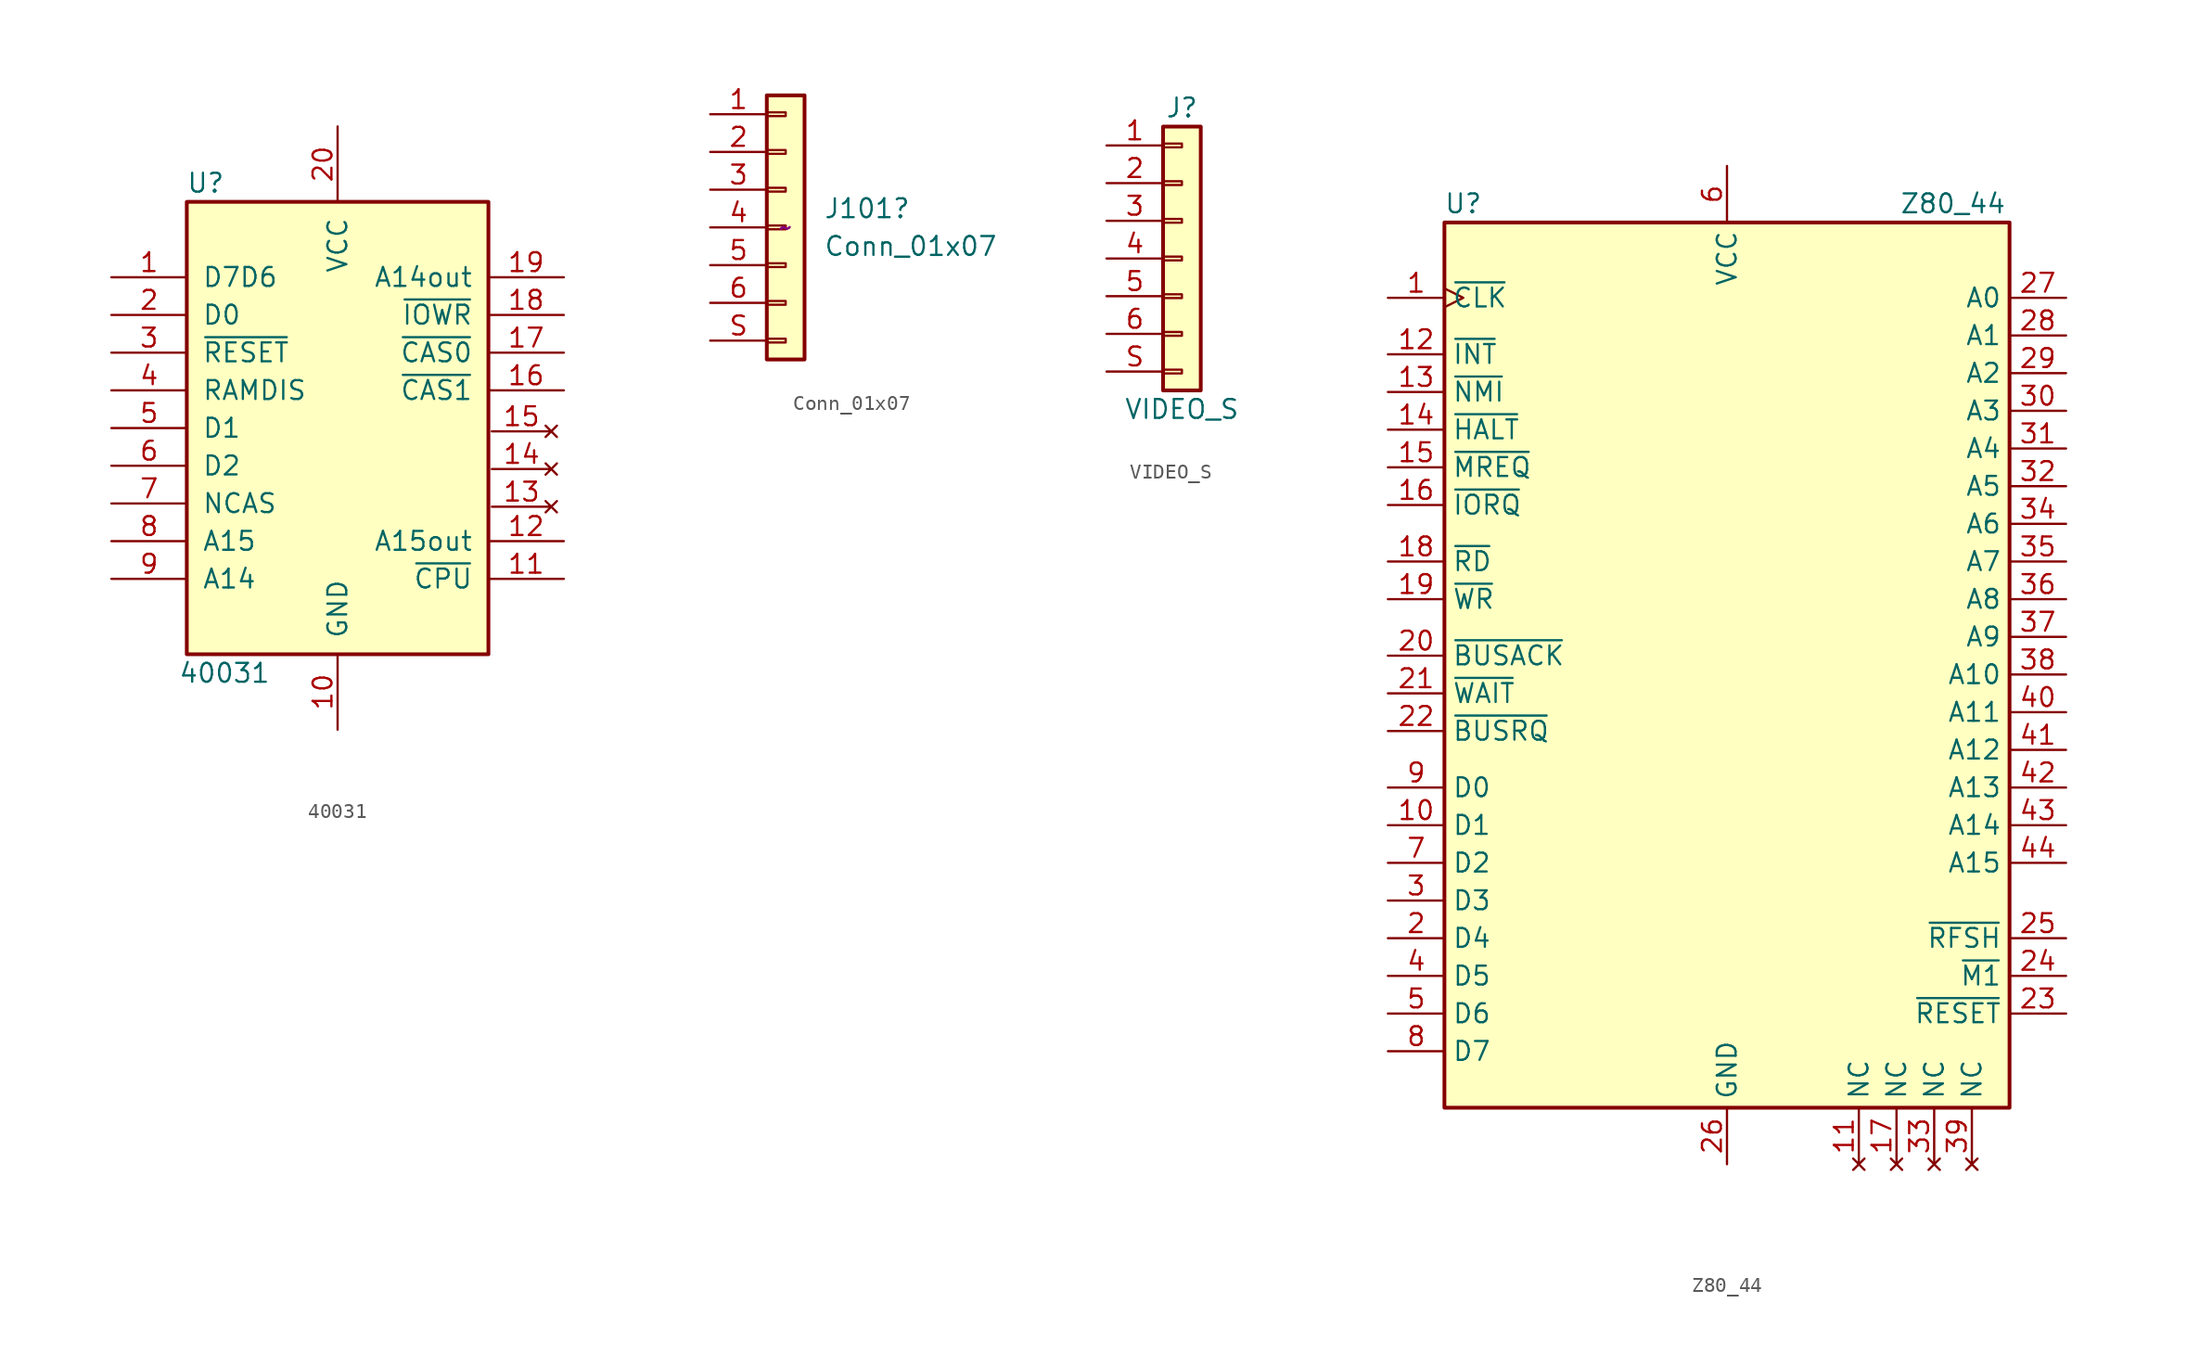
<source format=kicad_sym>
(kicad_symbol_lib
  (version 20211014)
  (generator kicad_symbol_editor)
  (symbol "40031"
    (pin_names
      (offset 1.016))
    (property "Reference" "U"
      (at -8.89 16.51 0)
      (effects (font (size 1.27 1.27))))
    (property "Value" "40031"
      (at -7.62 -16.51 0)
      (effects (font (size 1.27 1.27))))
    (symbol "40031_1_0"
      (pin passive line (at -15.24 10.16 0) (length 5.08) (name "D7D6" (effects (font (size 1.27 1.27)))) (number "1" (effects (font (size 1.27 1.27)))))
      (pin power_in line (at 0 -20.32 90) (length 5.08) (name "GND" (effects (font (size 1.27 1.27)))) (number "10" (effects (font (size 1.27 1.27)))))
      (pin passive line (at 15.24 -10.16 180) (length 5.08) (name "~{CPU}" (effects (font (size 1.27 1.27)))) (number "11" (effects (font (size 1.27 1.27)))))
      (pin passive line (at 15.24 -7.62 180) (length 5.08) (name "A15out" (effects (font (size 1.27 1.27)))) (number "12" (effects (font (size 1.27 1.27)))))
      (pin passive line (at 15.24 7.62 180) (length 5.08) (name "~{IOWR}" (effects (font (size 1.27 1.27)))) (number "18" (effects (font (size 1.27 1.27)))))
      (pin passive line (at 15.24 10.16 180) (length 5.08) (name "A14out" (effects (font (size 1.27 1.27)))) (number "19" (effects (font (size 1.27 1.27)))))
      (pin passive line (at -15.24 7.62 0) (length 5.08) (name "D0" (effects (font (size 1.27 1.27)))) (number "2" (effects (font (size 1.27 1.27)))))
      (pin power_in line (at 0 20.32 270) (length 5.08) (name "VCC" (effects (font (size 1.27 1.27)))) (number "20" (effects (font (size 1.27 1.27)))))
      (pin passive line (at -15.24 -5.08 0) (length 5.08) (name "NCAS" (effects (font (size 1.27 1.27)))) (number "7" (effects (font (size 1.27 1.27)))))
      (pin passive line (at -15.24 -7.62 0) (length 5.08) (name "A15" (effects (font (size 1.27 1.27)))) (number "8" (effects (font (size 1.27 1.27)))))
      (pin passive line (at -15.24 -10.16 0) (length 5.08) (name "A14" (effects (font (size 1.27 1.27)))) (number "9" (effects (font (size 1.27 1.27))))))
    (symbol "40031_1_1"
      (rectangle (start -10.16 15.24) (end 10.16 -15.24) (stroke (width 0.254) (type default) (color 0 0 0 0)) (fill (type background)))
      (pin no_connect line (at 14.393 -5.3 180) (length 4) (name "" (effects (font (size 1.27 1.27)))) (number "13" (effects (font (size 1.27 1.27)))))
      (pin no_connect line (at 14.393 -2.76 180) (length 4) (name "" (effects (font (size 1.27 1.27)))) (number "14" (effects (font (size 1.27 1.27)))))
      (pin no_connect line (at 14.393 -0.22 180) (length 4) (name "" (effects (font (size 1.27 1.27)))) (number "15" (effects (font (size 1.27 1.27)))))
      (pin passive line (at 15.24 2.54 180) (length 5.08) (name "~{CAS1}" (effects (font (size 1.27 1.27)))) (number "16" (effects (font (size 1.27 1.27)))))
      (pin passive line (at 15.24 5.08 180) (length 5.08) (name "~{CAS0}" (effects (font (size 1.27 1.27)))) (number "17" (effects (font (size 1.27 1.27)))))
      (pin passive line (at -15.24 5.08 0) (length 5.08) (name "~{RESET}" (effects (font (size 1.27 1.27)))) (number "3" (effects (font (size 1.27 1.27)))))
      (pin passive line (at -15.24 2.54 0) (length 5.08) (name "RAMDIS" (effects (font (size 1.27 1.27)))) (number "4" (effects (font (size 1.27 1.27)))))
      (pin passive line (at -15.24 0 0) (length 5.08) (name "D1" (effects (font (size 1.27 1.27)))) (number "5" (effects (font (size 1.27 1.27)))))
      (pin passive line (at -15.24 -2.54 0) (length 5.08) (name "D2" (effects (font (size 1.27 1.27)))) (number "6" (effects (font (size 1.27 1.27)))))))
  (symbol "Conn_01x07"
    (pin_names
      (offset 1.016) hide)
    (property "Reference" "J101"
      (at 2.54 1.27 0)
      (effects (font (size 1.27 1.27)) (justify left)))
    (property "Value" "Conn_01x07"
      (at 2.54 -1.27 0)
      (effects (font (size 1.27 1.27)) (justify left)))
    (property "Datasheet" "~"
      (at 0 0 0)
      (effects (font (size 1.27 1.27))))
    (symbol "Conn_01x07_1_1"
      (rectangle (start -1.27 -7.493) (end 0 -7.747) (stroke (width 0.152) (type default) (color 0 0 0 0)) (fill (type none)))
      (rectangle (start -1.27 -4.953) (end 0 -5.207) (stroke (width 0.152) (type default) (color 0 0 0 0)) (fill (type none)))
      (rectangle (start -1.27 -2.413) (end 0 -2.667) (stroke (width 0.152) (type default) (color 0 0 0 0)) (fill (type none)))
      (rectangle (start -1.27 0.127) (end 0 -0.127) (stroke (width 0.152) (type default) (color 0 0 0 0)) (fill (type none)))
      (rectangle (start -1.27 2.667) (end 0 2.413) (stroke (width 0.152) (type default) (color 0 0 0 0)) (fill (type none)))
      (rectangle (start -1.27 5.207) (end 0 4.953) (stroke (width 0.152) (type default) (color 0 0 0 0)) (fill (type none)))
      (rectangle (start -1.27 7.747) (end 0 7.493) (stroke (width 0.152) (type default) (color 0 0 0 0)) (fill (type none)))
      (rectangle (start -1.27 8.89) (end 1.27 -8.89) (stroke (width 0.254) (type default) (color 0 0 0 0)) (fill (type background)))
      (pin passive line (at -5.08 7.62 0) (length 3.81) (name "Pin_1" (effects (font (size 1.27 1.27)))) (number "1" (effects (font (size 1.27 1.27)))))
      (pin passive line (at -5.08 5.08 0) (length 3.81) (name "Pin_2" (effects (font (size 1.27 1.27)))) (number "2" (effects (font (size 1.27 1.27)))))
      (pin passive line (at -5.08 2.54 0) (length 3.81) (name "Pin_3" (effects (font (size 1.27 1.27)))) (number "3" (effects (font (size 1.27 1.27)))))
      (pin passive line (at -5.08 0 0) (length 3.81) (name "Pin_4" (effects (font (size 1.27 1.27)))) (number "4" (effects (font (size 1.27 1.27)))))
      (pin passive line (at -5.08 -2.54 0) (length 3.81) (name "Pin_5" (effects (font (size 1.27 1.27)))) (number "5" (effects (font (size 1.27 1.27)))))
      (pin passive line (at -5.08 -5.08 0) (length 3.81) (name "Pin_6" (effects (font (size 1.27 1.27)))) (number "6" (effects (font (size 1.27 1.27)))))
      (pin passive line (at -5.08 -7.62 0) (length 3.81) (name "Pin_7" (effects (font (size 1.27 1.27)))) (number "S" (effects (font (size 1.27 1.27)))))))
  (symbol "VIDEO_S"
    (pin_names
      (offset 1.016) hide)
    (property "Reference" "J"
      (at 0 10.16 0)
      (effects (font (size 1.27 1.27))))
    (property "Value" "VIDEO_S"
      (at 0 -10.16 0)
      (effects (font (size 1.27 1.27))))
    (symbol "VIDEO_S_1_1"
      (rectangle (start -1.27 -7.493) (end 0 -7.747) (stroke (width 0.152) (type default) (color 0 0 0 0)) (fill (type none)))
      (rectangle (start -1.27 -4.953) (end 0 -5.207) (stroke (width 0.152) (type default) (color 0 0 0 0)) (fill (type none)))
      (rectangle (start -1.27 -2.413) (end 0 -2.667) (stroke (width 0.152) (type default) (color 0 0 0 0)) (fill (type none)))
      (rectangle (start -1.27 0.127) (end 0 -0.127) (stroke (width 0.152) (type default) (color 0 0 0 0)) (fill (type none)))
      (rectangle (start -1.27 2.667) (end 0 2.413) (stroke (width 0.152) (type default) (color 0 0 0 0)) (fill (type none)))
      (rectangle (start -1.27 5.207) (end 0 4.953) (stroke (width 0.152) (type default) (color 0 0 0 0)) (fill (type none)))
      (rectangle (start -1.27 7.747) (end 0 7.493) (stroke (width 0.152) (type default) (color 0 0 0 0)) (fill (type none)))
      (rectangle (start -1.27 8.89) (end 1.27 -8.89) (stroke (width 0.254) (type default) (color 0 0 0 0)) (fill (type background)))
      (pin passive line (at -5.08 7.62 0) (length 3.81) (name "Pin_1" (effects (font (size 1.27 1.27)))) (number "1" (effects (font (size 1.27 1.27)))))
      (pin passive line (at -5.08 5.08 0) (length 3.81) (name "Pin_2" (effects (font (size 1.27 1.27)))) (number "2" (effects (font (size 1.27 1.27)))))
      (pin passive line (at -5.08 2.54 0) (length 3.81) (name "Pin_3" (effects (font (size 1.27 1.27)))) (number "3" (effects (font (size 1.27 1.27)))))
      (pin passive line (at -5.08 0 0) (length 3.81) (name "Pin_4" (effects (font (size 1.27 1.27)))) (number "4" (effects (font (size 1.27 1.27)))))
      (pin passive line (at -5.08 -2.54 0) (length 3.81) (name "Pin_5" (effects (font (size 1.27 1.27)))) (number "5" (effects (font (size 1.27 1.27)))))
      (pin passive line (at -5.08 -5.08 0) (length 3.81) (name "Pin_6" (effects (font (size 1.27 1.27)))) (number "6" (effects (font (size 1.27 1.27)))))
      (pin passive line (at -5.08 -7.62 0) (length 3.81) (name "Shield" (effects (font (size 1.27 1.27)))) (number "S" (effects (font (size 1.27 1.27)))))))
  (symbol "Z80_44"
    (property "Reference" "U"
      (at -17.78 31.75 0)
      (effects (font (size 1.27 1.27))))
    (property "Value" "Z80_44"
      (at 15.24 31.75 0)
      (effects (font (size 1.27 1.27))))
    (symbol "Z80_44_0_1"
      (rectangle (start -19.05 30.48) (end 19.05 -29.21) (stroke (width 0.254) (type default) (color 0 0 0 0)) (fill (type background))))
    (symbol "Z80_44_1_1"
      (pin input clock (at -22.86 25.4 0) (length 3.81) (name "~{CLK}" (effects (font (size 1.27 1.27)))) (number "1" (effects (font (size 1.27 1.27)))))
      (pin bidirectional line (at -22.86 -10.16 0) (length 3.81) (name "D1" (effects (font (size 1.27 1.27)))) (number "10" (effects (font (size 1.27 1.27)))))
      (pin no_connect line (at 8.89 -33.02 90) (length 3.81) (name "NC" (effects (font (size 1.27 1.27)))) (number "11" (effects (font (size 1.27 1.27)))))
      (pin input line (at -22.86 21.59 0) (length 3.81) (name "~{INT}" (effects (font (size 1.27 1.27)))) (number "12" (effects (font (size 1.27 1.27)))))
      (pin input line (at -22.86 19.05 0) (length 3.81) (name "~{NMI}" (effects (font (size 1.27 1.27)))) (number "13" (effects (font (size 1.27 1.27)))))
      (pin output line (at -22.86 16.51 0) (length 3.81) (name "~{HALT}" (effects (font (size 1.27 1.27)))) (number "14" (effects (font (size 1.27 1.27)))))
      (pin output line (at -22.86 13.97 0) (length 3.81) (name "~{MREQ}" (effects (font (size 1.27 1.27)))) (number "15" (effects (font (size 1.27 1.27)))))
      (pin output line (at -22.86 11.43 0) (length 3.81) (name "~{IORQ}" (effects (font (size 1.27 1.27)))) (number "16" (effects (font (size 1.27 1.27)))))
      (pin no_connect line (at 11.43 -33.02 90) (length 3.81) (name "NC" (effects (font (size 1.27 1.27)))) (number "17" (effects (font (size 1.27 1.27)))))
      (pin output line (at -22.86 7.62 0) (length 3.81) (name "~{RD}" (effects (font (size 1.27 1.27)))) (number "18" (effects (font (size 1.27 1.27)))))
      (pin output line (at -22.86 5.08 0) (length 3.81) (name "~{WR}" (effects (font (size 1.27 1.27)))) (number "19" (effects (font (size 1.27 1.27)))))
      (pin bidirectional line (at -22.86 -17.78 0) (length 3.81) (name "D4" (effects (font (size 1.27 1.27)))) (number "2" (effects (font (size 1.27 1.27)))))
      (pin output line (at -22.86 1.27 0) (length 3.81) (name "~{BUSACK}" (effects (font (size 1.27 1.27)))) (number "20" (effects (font (size 1.27 1.27)))))
      (pin input line (at -22.86 -1.27 0) (length 3.81) (name "~{WAIT}" (effects (font (size 1.27 1.27)))) (number "21" (effects (font (size 1.27 1.27)))))
      (pin input line (at -22.86 -3.81 0) (length 3.81) (name "~{BUSRQ}" (effects (font (size 1.27 1.27)))) (number "22" (effects (font (size 1.27 1.27)))))
      (pin input line (at 22.86 -22.86 180) (length 3.81) (name "~{RESET}" (effects (font (size 1.27 1.27)))) (number "23" (effects (font (size 1.27 1.27)))))
      (pin output line (at 22.86 -20.32 180) (length 3.81) (name "~{M1}" (effects (font (size 1.27 1.27)))) (number "24" (effects (font (size 1.27 1.27)))))
      (pin output line (at 22.86 -17.78 180) (length 3.81) (name "~{RFSH}" (effects (font (size 1.27 1.27)))) (number "25" (effects (font (size 1.27 1.27)))))
      (pin power_in line (at 0 -33.02 90) (length 3.81) (name "GND" (effects (font (size 1.27 1.27)))) (number "26" (effects (font (size 1.27 1.27)))))
      (pin output line (at 22.86 25.4 180) (length 3.81) (name "A0" (effects (font (size 1.27 1.27)))) (number "27" (effects (font (size 1.27 1.27)))))
      (pin output line (at 22.86 22.86 180) (length 3.81) (name "A1" (effects (font (size 1.27 1.27)))) (number "28" (effects (font (size 1.27 1.27)))))
      (pin output line (at 22.86 20.32 180) (length 3.81) (name "A2" (effects (font (size 1.27 1.27)))) (number "29" (effects (font (size 1.27 1.27)))))
      (pin bidirectional line (at -22.86 -15.24 0) (length 3.81) (name "D3" (effects (font (size 1.27 1.27)))) (number "3" (effects (font (size 1.27 1.27)))))
      (pin output line (at 22.86 17.78 180) (length 3.81) (name "A3" (effects (font (size 1.27 1.27)))) (number "30" (effects (font (size 1.27 1.27)))))
      (pin output line (at 22.86 15.24 180) (length 3.81) (name "A4" (effects (font (size 1.27 1.27)))) (number "31" (effects (font (size 1.27 1.27)))))
      (pin output line (at 22.86 12.7 180) (length 3.81) (name "A5" (effects (font (size 1.27 1.27)))) (number "32" (effects (font (size 1.27 1.27)))))
      (pin no_connect line (at 13.97 -33.02 90) (length 3.81) (name "NC" (effects (font (size 1.27 1.27)))) (number "33" (effects (font (size 1.27 1.27)))))
      (pin output line (at 22.86 10.16 180) (length 3.81) (name "A6" (effects (font (size 1.27 1.27)))) (number "34" (effects (font (size 1.27 1.27)))))
      (pin output line (at 22.86 7.62 180) (length 3.81) (name "A7" (effects (font (size 1.27 1.27)))) (number "35" (effects (font (size 1.27 1.27)))))
      (pin output line (at 22.86 5.08 180) (length 3.81) (name "A8" (effects (font (size 1.27 1.27)))) (number "36" (effects (font (size 1.27 1.27)))))
      (pin output line (at 22.86 2.54 180) (length 3.81) (name "A9" (effects (font (size 1.27 1.27)))) (number "37" (effects (font (size 1.27 1.27)))))
      (pin output line (at 22.86 0 180) (length 3.81) (name "A10" (effects (font (size 1.27 1.27)))) (number "38" (effects (font (size 1.27 1.27)))))
      (pin no_connect line (at 16.51 -33.02 90) (length 3.81) (name "NC" (effects (font (size 1.27 1.27)))) (number "39" (effects (font (size 1.27 1.27)))))
      (pin bidirectional line (at -22.86 -20.32 0) (length 3.81) (name "D5" (effects (font (size 1.27 1.27)))) (number "4" (effects (font (size 1.27 1.27)))))
      (pin output line (at 22.86 -2.54 180) (length 3.81) (name "A11" (effects (font (size 1.27 1.27)))) (number "40" (effects (font (size 1.27 1.27)))))
      (pin output line (at 22.86 -5.08 180) (length 3.81) (name "A12" (effects (font (size 1.27 1.27)))) (number "41" (effects (font (size 1.27 1.27)))))
      (pin output line (at 22.86 -7.62 180) (length 3.81) (name "A13" (effects (font (size 1.27 1.27)))) (number "42" (effects (font (size 1.27 1.27)))))
      (pin output line (at 22.86 -10.16 180) (length 3.81) (name "A14" (effects (font (size 1.27 1.27)))) (number "43" (effects (font (size 1.27 1.27)))))
      (pin output line (at 22.86 -12.7 180) (length 3.81) (name "A15" (effects (font (size 1.27 1.27)))) (number "44" (effects (font (size 1.27 1.27)))))
      (pin bidirectional line (at -22.86 -22.86 0) (length 3.81) (name "D6" (effects (font (size 1.27 1.27)))) (number "5" (effects (font (size 1.27 1.27)))))
      (pin power_in line (at 0 34.29 270) (length 3.81) (name "VCC" (effects (font (size 1.27 1.27)))) (number "6" (effects (font (size 1.27 1.27)))))
      (pin bidirectional line (at -22.86 -12.7 0) (length 3.81) (name "D2" (effects (font (size 1.27 1.27)))) (number "7" (effects (font (size 1.27 1.27)))))
      (pin bidirectional line (at -22.86 -25.4 0) (length 3.81) (name "D7" (effects (font (size 1.27 1.27)))) (number "8" (effects (font (size 1.27 1.27)))))
      (pin bidirectional line (at -22.86 -7.62 0) (length 3.81) (name "D0" (effects (font (size 1.27 1.27)))) (number "9" (effects (font (size 1.27 1.27))))))))
</source>
